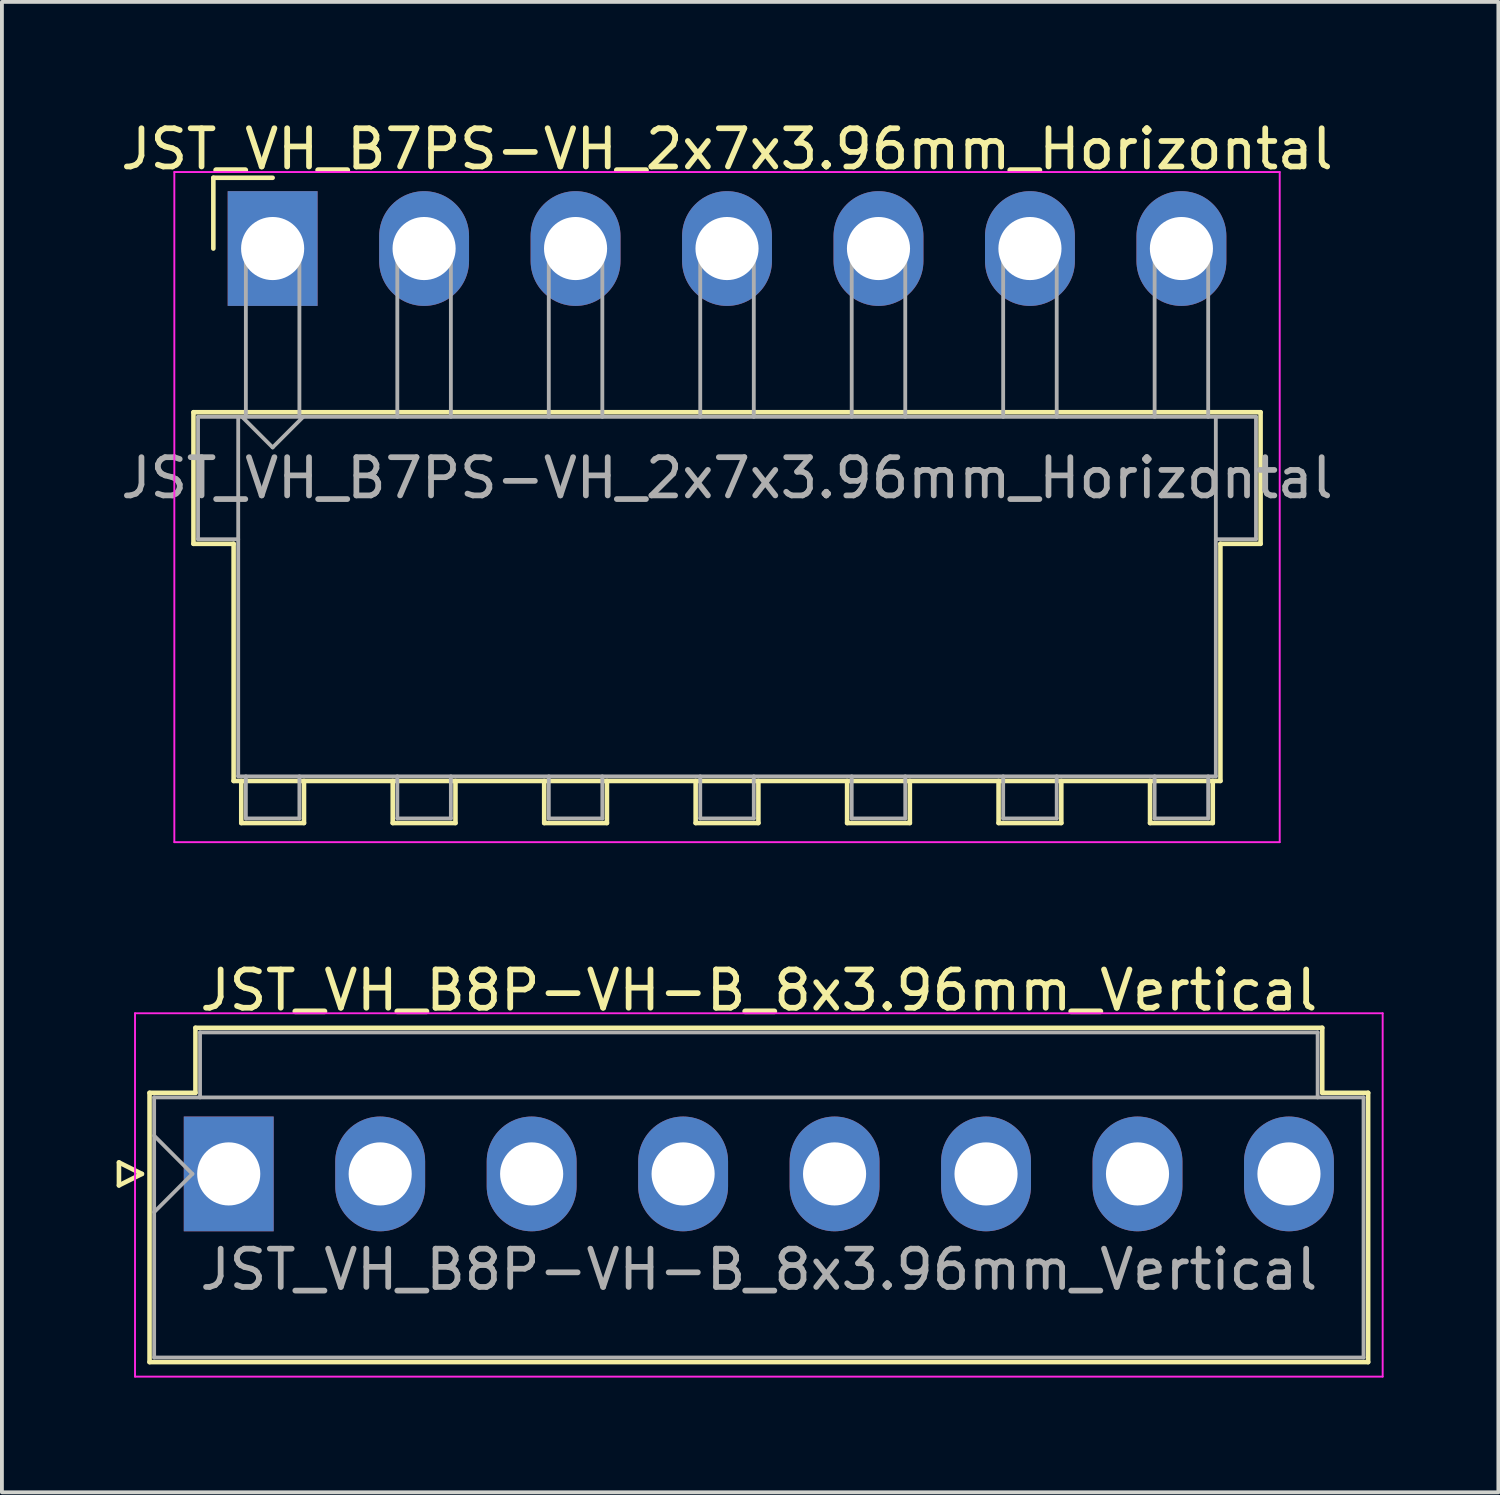
<source format=kicad_pcb>
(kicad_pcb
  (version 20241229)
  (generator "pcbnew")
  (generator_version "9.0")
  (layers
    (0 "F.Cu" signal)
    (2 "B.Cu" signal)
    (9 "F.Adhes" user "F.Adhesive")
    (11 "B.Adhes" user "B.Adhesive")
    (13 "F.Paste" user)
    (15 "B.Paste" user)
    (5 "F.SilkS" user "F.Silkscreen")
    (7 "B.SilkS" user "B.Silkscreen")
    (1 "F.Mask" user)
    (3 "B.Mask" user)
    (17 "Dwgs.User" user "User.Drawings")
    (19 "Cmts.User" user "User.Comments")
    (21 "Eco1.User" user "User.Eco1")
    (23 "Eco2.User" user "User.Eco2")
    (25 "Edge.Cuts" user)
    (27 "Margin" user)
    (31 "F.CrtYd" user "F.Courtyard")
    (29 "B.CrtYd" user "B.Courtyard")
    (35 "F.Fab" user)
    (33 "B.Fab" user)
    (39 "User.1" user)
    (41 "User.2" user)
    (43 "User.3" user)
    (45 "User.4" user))
  (footprint "JST_VH_B8P-VH-B_8x3.96mm_Vertical"
    (layer "F.Cu")
    (at 2.93 27.642)
    (property "Reference" "JST_VH_B8P-VH-B_8x3.96mm_Vertical" (at 13.86 -4.8 0) (layer "F.SilkS") (effects (font (size 1 1) (thickness 0.15))))
    (attr through_hole)
    (fp_line (start -2.87 -0.3) (end -2.27 0) (stroke (width 0.12) (type solid)) (layer "F.SilkS"))
    (fp_line (start -2.87 0.3) (end -2.87 -0.3) (stroke (width 0.12) (type solid)) (layer "F.SilkS"))
    (fp_line (start -2.27 0) (end -2.87 0.3) (stroke (width 0.12) (type solid)) (layer "F.SilkS"))
    (fp_line (start -2.07 -2.12) (end -0.87 -2.12) (stroke (width 0.12) (type solid)) (layer "F.SilkS"))
    (fp_line (start -2.07 4.92) (end -2.07 -2.12) (stroke (width 0.12) (type solid)) (layer "F.SilkS"))
    (fp_line (start -0.87 -3.82) (end 28.59 -3.82) (stroke (width 0.12) (type solid)) (layer "F.SilkS"))
    (fp_line (start -0.87 -2.12) (end -0.87 -3.82) (stroke (width 0.12) (type solid)) (layer "F.SilkS"))
    (fp_line (start 28.59 -3.82) (end 28.59 -2.12) (stroke (width 0.12) (type solid)) (layer "F.SilkS"))
    (fp_line (start 28.59 -2.12) (end 29.79 -2.12) (stroke (width 0.12) (type solid)) (layer "F.SilkS"))
    (fp_line (start 29.79 -2.12) (end 29.79 4.92) (stroke (width 0.12) (type solid)) (layer "F.SilkS"))
    (fp_line (start 29.79 4.92) (end -2.07 4.92) (stroke (width 0.12) (type solid)) (layer "F.SilkS"))
    (fp_line (start -2.45 -4.2) (end -2.45 5.3) (stroke (width 0.05) (type solid)) (layer "F.CrtYd"))
    (fp_line (start -2.45 5.3) (end 30.17 5.3) (stroke (width 0.05) (type solid)) (layer "F.CrtYd"))
    (fp_line (start 30.17 -4.2) (end -2.45 -4.2) (stroke (width 0.05) (type solid)) (layer "F.CrtYd"))
    (fp_line (start 30.17 5.3) (end 30.17 -4.2) (stroke (width 0.05) (type solid)) (layer "F.CrtYd"))
    (fp_line (start -1.95 -2) (end -1.95 4.8) (stroke (width 0.1) (type solid)) (layer "F.Fab"))
    (fp_line (start -1.95 -1) (end -0.95 0) (stroke (width 0.1) (type solid)) (layer "F.Fab"))
    (fp_line (start -1.95 1) (end -0.95 0) (stroke (width 0.1) (type solid)) (layer "F.Fab"))
    (fp_line (start -1.95 4.8) (end 29.67 4.8) (stroke (width 0.1) (type solid)) (layer "F.Fab"))
    (fp_line (start -0.75 -3.7) (end 28.47 -3.7) (stroke (width 0.1) (type solid)) (layer "F.Fab"))
    (fp_line (start -0.75 -2) (end -0.75 -3.7) (stroke (width 0.1) (type solid)) (layer "F.Fab"))
    (fp_line (start 28.47 -3.7) (end 28.47 -2) (stroke (width 0.1) (type solid)) (layer "F.Fab"))
    (fp_line (start 29.67 -2) (end -1.95 -2) (stroke (width 0.1) (type solid)) (layer "F.Fab"))
    (fp_line (start 29.67 4.8) (end 29.67 -2) (stroke (width 0.1) (type solid)) (layer "F.Fab"))
    (fp_text user "${REFERENCE}" (at 13.86 2.5 0) (layer "F.Fab") (effects (font (size 1 1) (thickness 0.15))))
    (pad "1" thru_hole rect (at 0 0) (size 2.35 3) (drill 1.65) (layers "*.Cu" "*.Mask"))
    (pad "2" thru_hole oval (at 3.96 0) (size 2.35 3) (drill 1.65) (layers "*.Cu" "*.Mask"))
    (pad "3" thru_hole oval (at 7.92 0) (size 2.35 3) (drill 1.65) (layers "*.Cu" "*.Mask"))
    (pad "4" thru_hole oval (at 11.88 0) (size 2.35 3) (drill 1.65) (layers "*.Cu" "*.Mask"))
    (pad "5" thru_hole oval (at 15.84 0) (size 2.35 3) (drill 1.65) (layers "*.Cu" "*.Mask"))
    (pad "6" thru_hole oval (at 19.8 0) (size 2.35 3) (drill 1.65) (layers "*.Cu" "*.Mask"))
    (pad "7" thru_hole oval (at 23.76 0) (size 2.35 3) (drill 1.65) (layers "*.Cu" "*.Mask"))
    (pad "8" thru_hole oval (at 27.72 0) (size 2.35 3) (drill 1.65) (layers "*.Cu" "*.Mask")))
  (footprint "JST_VH_B7PS-VH_2x7x3.96mm_Horizontal"
    (layer "F.Cu")
    (at 4.078 3.448)
    (property "Reference" "JST_VH_B7PS-VH_2x7x3.96mm_Horizontal" (at 11.88 -2.6 0) (layer "F.SilkS") (effects (font (size 1 1) (thickness 0.15))))
    (attr through_hole)
    (fp_line (start -2.07 4.28) (end 25.83 4.28) (stroke (width 0.12) (type solid)) (layer "F.SilkS"))
    (fp_line (start -2.07 7.72) (end -2.07 4.28) (stroke (width 0.12) (type solid)) (layer "F.SilkS"))
    (fp_line (start -1.55 -1.85) (end -1.55 0) (stroke (width 0.12) (type solid)) (layer "F.SilkS"))
    (fp_line (start -1.02 7.72) (end -2.07 7.72) (stroke (width 0.12) (type solid)) (layer "F.SilkS"))
    (fp_line (start -1.02 13.92) (end -1.02 7.72) (stroke (width 0.12) (type solid)) (layer "F.SilkS"))
    (fp_line (start -0.82 13.92) (end -0.82 15.02) (stroke (width 0.12) (type solid)) (layer "F.SilkS"))
    (fp_line (start -0.82 15.02) (end 0.82 15.02) (stroke (width 0.12) (type solid)) (layer "F.SilkS"))
    (fp_line (start 0 -1.85) (end -1.55 -1.85) (stroke (width 0.12) (type solid)) (layer "F.SilkS"))
    (fp_line (start 0.82 15.02) (end 0.82 13.92) (stroke (width 0.12) (type solid)) (layer "F.SilkS"))
    (fp_line (start 3.14 13.92) (end 3.14 15.02) (stroke (width 0.12) (type solid)) (layer "F.SilkS"))
    (fp_line (start 3.14 15.02) (end 4.78 15.02) (stroke (width 0.12) (type solid)) (layer "F.SilkS"))
    (fp_line (start 4.78 15.02) (end 4.78 13.92) (stroke (width 0.12) (type solid)) (layer "F.SilkS"))
    (fp_line (start 7.1 13.92) (end 7.1 15.02) (stroke (width 0.12) (type solid)) (layer "F.SilkS"))
    (fp_line (start 7.1 15.02) (end 8.74 15.02) (stroke (width 0.12) (type solid)) (layer "F.SilkS"))
    (fp_line (start 8.74 15.02) (end 8.74 13.92) (stroke (width 0.12) (type solid)) (layer "F.SilkS"))
    (fp_line (start 11.06 13.92) (end 11.06 15.02) (stroke (width 0.12) (type solid)) (layer "F.SilkS"))
    (fp_line (start 11.06 15.02) (end 12.7 15.02) (stroke (width 0.12) (type solid)) (layer "F.SilkS"))
    (fp_line (start 12.7 15.02) (end 12.7 13.92) (stroke (width 0.12) (type solid)) (layer "F.SilkS"))
    (fp_line (start 15.02 13.92) (end 15.02 15.02) (stroke (width 0.12) (type solid)) (layer "F.SilkS"))
    (fp_line (start 15.02 15.02) (end 16.66 15.02) (stroke (width 0.12) (type solid)) (layer "F.SilkS"))
    (fp_line (start 16.66 15.02) (end 16.66 13.92) (stroke (width 0.12) (type solid)) (layer "F.SilkS"))
    (fp_line (start 18.98 13.92) (end 18.98 15.02) (stroke (width 0.12) (type solid)) (layer "F.SilkS"))
    (fp_line (start 18.98 15.02) (end 20.62 15.02) (stroke (width 0.12) (type solid)) (layer "F.SilkS"))
    (fp_line (start 20.62 15.02) (end 20.62 13.92) (stroke (width 0.12) (type solid)) (layer "F.SilkS"))
    (fp_line (start 22.94 13.92) (end 22.94 15.02) (stroke (width 0.12) (type solid)) (layer "F.SilkS"))
    (fp_line (start 22.94 15.02) (end 24.58 15.02) (stroke (width 0.12) (type solid)) (layer "F.SilkS"))
    (fp_line (start 24.58 15.02) (end 24.58 13.92) (stroke (width 0.12) (type solid)) (layer "F.SilkS"))
    (fp_line (start 24.78 7.72) (end 24.78 13.92) (stroke (width 0.12) (type solid)) (layer "F.SilkS"))
    (fp_line (start 24.78 13.92) (end -1.02 13.92) (stroke (width 0.12) (type solid)) (layer "F.SilkS"))
    (fp_line (start 25.83 4.28) (end 25.83 7.72) (stroke (width 0.12) (type solid)) (layer "F.SilkS"))
    (fp_line (start 25.83 7.72) (end 24.78 7.72) (stroke (width 0.12) (type solid)) (layer "F.SilkS"))
    (fp_line (start -2.57 -2) (end -2.57 15.52) (stroke (width 0.05) (type solid)) (layer "F.CrtYd"))
    (fp_line (start -2.57 15.52) (end 26.33 15.52) (stroke (width 0.05) (type solid)) (layer "F.CrtYd"))
    (fp_line (start 26.33 -2) (end -2.57 -2) (stroke (width 0.05) (type solid)) (layer "F.CrtYd"))
    (fp_line (start 26.33 15.52) (end 26.33 -2) (stroke (width 0.05) (type solid)) (layer "F.CrtYd"))
    (fp_line (start -1.95 4.4) (end -0.9 4.4) (stroke (width 0.1) (type solid)) (layer "F.Fab"))
    (fp_line (start -1.95 7.6) (end -1.95 4.4) (stroke (width 0.1) (type solid)) (layer "F.Fab"))
    (fp_line (start -0.9 4.4) (end -0.9 13.8) (stroke (width 0.1) (type solid)) (layer "F.Fab"))
    (fp_line (start -0.9 7.6) (end -1.95 7.6) (stroke (width 0.1) (type solid)) (layer "F.Fab"))
    (fp_line (start -0.9 13.8) (end 24.66 13.8) (stroke (width 0.1) (type solid)) (layer "F.Fab"))
    (fp_line (start -0.8 4.4) (end 0 5.2) (stroke (width 0.1) (type solid)) (layer "F.Fab"))
    (fp_line (start -0.7 0) (end 0.7 0) (stroke (width 0.1) (type solid)) (layer "F.Fab"))
    (fp_line (start -0.7 4.4) (end -0.7 0) (stroke (width 0.1) (type solid)) (layer "F.Fab"))
    (fp_line (start -0.7 13.8) (end -0.7 14.9) (stroke (width 0.1) (type solid)) (layer "F.Fab"))
    (fp_line (start -0.7 14.9) (end 0.7 14.9) (stroke (width 0.1) (type solid)) (layer "F.Fab"))
    (fp_line (start 0 5.2) (end 0.8 4.4) (stroke (width 0.1) (type solid)) (layer "F.Fab"))
    (fp_line (start 0.7 0) (end 0.7 4.4) (stroke (width 0.1) (type solid)) (layer "F.Fab"))
    (fp_line (start 0.7 14.9) (end 0.7 13.8) (stroke (width 0.1) (type solid)) (layer "F.Fab"))
    (fp_line (start 3.26 0) (end 4.66 0) (stroke (width 0.1) (type solid)) (layer "F.Fab"))
    (fp_line (start 3.26 4.4) (end 3.26 0) (stroke (width 0.1) (type solid)) (layer "F.Fab"))
    (fp_line (start 3.26 13.8) (end 3.26 14.9) (stroke (width 0.1) (type solid)) (layer "F.Fab"))
    (fp_line (start 3.26 14.9) (end 4.66 14.9) (stroke (width 0.1) (type solid)) (layer "F.Fab"))
    (fp_line (start 4.66 0) (end 4.66 4.4) (stroke (width 0.1) (type solid)) (layer "F.Fab"))
    (fp_line (start 4.66 14.9) (end 4.66 13.8) (stroke (width 0.1) (type solid)) (layer "F.Fab"))
    (fp_line (start 7.22 0) (end 8.62 0) (stroke (width 0.1) (type solid)) (layer "F.Fab"))
    (fp_line (start 7.22 4.4) (end 7.22 0) (stroke (width 0.1) (type solid)) (layer "F.Fab"))
    (fp_line (start 7.22 13.8) (end 7.22 14.9) (stroke (width 0.1) (type solid)) (layer "F.Fab"))
    (fp_line (start 7.22 14.9) (end 8.62 14.9) (stroke (width 0.1) (type solid)) (layer "F.Fab"))
    (fp_line (start 8.62 0) (end 8.62 4.4) (stroke (width 0.1) (type solid)) (layer "F.Fab"))
    (fp_line (start 8.62 14.9) (end 8.62 13.8) (stroke (width 0.1) (type solid)) (layer "F.Fab"))
    (fp_line (start 11.18 0) (end 12.58 0) (stroke (width 0.1) (type solid)) (layer "F.Fab"))
    (fp_line (start 11.18 4.4) (end 11.18 0) (stroke (width 0.1) (type solid)) (layer "F.Fab"))
    (fp_line (start 11.18 13.8) (end 11.18 14.9) (stroke (width 0.1) (type solid)) (layer "F.Fab"))
    (fp_line (start 11.18 14.9) (end 12.58 14.9) (stroke (width 0.1) (type solid)) (layer "F.Fab"))
    (fp_line (start 12.58 0) (end 12.58 4.4) (stroke (width 0.1) (type solid)) (layer "F.Fab"))
    (fp_line (start 12.58 14.9) (end 12.58 13.8) (stroke (width 0.1) (type solid)) (layer "F.Fab"))
    (fp_line (start 15.14 0) (end 16.54 0) (stroke (width 0.1) (type solid)) (layer "F.Fab"))
    (fp_line (start 15.14 4.4) (end 15.14 0) (stroke (width 0.1) (type solid)) (layer "F.Fab"))
    (fp_line (start 15.14 13.8) (end 15.14 14.9) (stroke (width 0.1) (type solid)) (layer "F.Fab"))
    (fp_line (start 15.14 14.9) (end 16.54 14.9) (stroke (width 0.1) (type solid)) (layer "F.Fab"))
    (fp_line (start 16.54 0) (end 16.54 4.4) (stroke (width 0.1) (type solid)) (layer "F.Fab"))
    (fp_line (start 16.54 14.9) (end 16.54 13.8) (stroke (width 0.1) (type solid)) (layer "F.Fab"))
    (fp_line (start 19.1 0) (end 20.5 0) (stroke (width 0.1) (type solid)) (layer "F.Fab"))
    (fp_line (start 19.1 4.4) (end 19.1 0) (stroke (width 0.1) (type solid)) (layer "F.Fab"))
    (fp_line (start 19.1 13.8) (end 19.1 14.9) (stroke (width 0.1) (type solid)) (layer "F.Fab"))
    (fp_line (start 19.1 14.9) (end 20.5 14.9) (stroke (width 0.1) (type solid)) (layer "F.Fab"))
    (fp_line (start 20.5 0) (end 20.5 4.4) (stroke (width 0.1) (type solid)) (layer "F.Fab"))
    (fp_line (start 20.5 14.9) (end 20.5 13.8) (stroke (width 0.1) (type solid)) (layer "F.Fab"))
    (fp_line (start 23.06 0) (end 24.46 0) (stroke (width 0.1) (type solid)) (layer "F.Fab"))
    (fp_line (start 23.06 4.4) (end 23.06 0) (stroke (width 0.1) (type solid)) (layer "F.Fab"))
    (fp_line (start 23.06 13.8) (end 23.06 14.9) (stroke (width 0.1) (type solid)) (layer "F.Fab"))
    (fp_line (start 23.06 14.9) (end 24.46 14.9) (stroke (width 0.1) (type solid)) (layer "F.Fab"))
    (fp_line (start 24.46 0) (end 24.46 4.4) (stroke (width 0.1) (type solid)) (layer "F.Fab"))
    (fp_line (start 24.46 14.9) (end 24.46 13.8) (stroke (width 0.1) (type solid)) (layer "F.Fab"))
    (fp_line (start 24.66 4.4) (end -0.9 4.4) (stroke (width 0.1) (type solid)) (layer "F.Fab"))
    (fp_line (start 24.66 4.4) (end 25.71 4.4) (stroke (width 0.1) (type solid)) (layer "F.Fab"))
    (fp_line (start 24.66 13.8) (end 24.66 4.4) (stroke (width 0.1) (type solid)) (layer "F.Fab"))
    (fp_line (start 25.71 4.4) (end 25.71 7.6) (stroke (width 0.1) (type solid)) (layer "F.Fab"))
    (fp_line (start 25.71 7.6) (end 24.66 7.6) (stroke (width 0.1) (type solid)) (layer "F.Fab"))
    (fp_text user "${REFERENCE}" (at 11.88 6 0) (layer "F.Fab") (effects (font (size 1 1) (thickness 0.15))))
    (pad "1" thru_hole rect (at 0 0) (size 2.35 3) (drill 1.65) (layers "*.Cu" "*.Mask"))
    (pad "2" thru_hole oval (at 3.96 0) (size 2.35 3) (drill 1.65) (layers "*.Cu" "*.Mask"))
    (pad "3" thru_hole oval (at 7.92 0) (size 2.35 3) (drill 1.65) (layers "*.Cu" "*.Mask"))
    (pad "4" thru_hole oval (at 11.88 0) (size 2.35 3) (drill 1.65) (layers "*.Cu" "*.Mask"))
    (pad "5" thru_hole oval (at 15.84 0) (size 2.35 3) (drill 1.65) (layers "*.Cu" "*.Mask"))
    (pad "6" thru_hole oval (at 19.8 0) (size 2.35 3) (drill 1.65) (layers "*.Cu" "*.Mask"))
    (pad "7" thru_hole oval (at 23.76 0) (size 2.35 3) (drill 1.65) (layers "*.Cu" "*.Mask")))
  (gr_rect
    (start -3 -3)
    (end 36.125 35.967)
    (stroke (width 0.1) (type default))
    (fill no)
    (layer "Edge.Cuts")))
</source>
